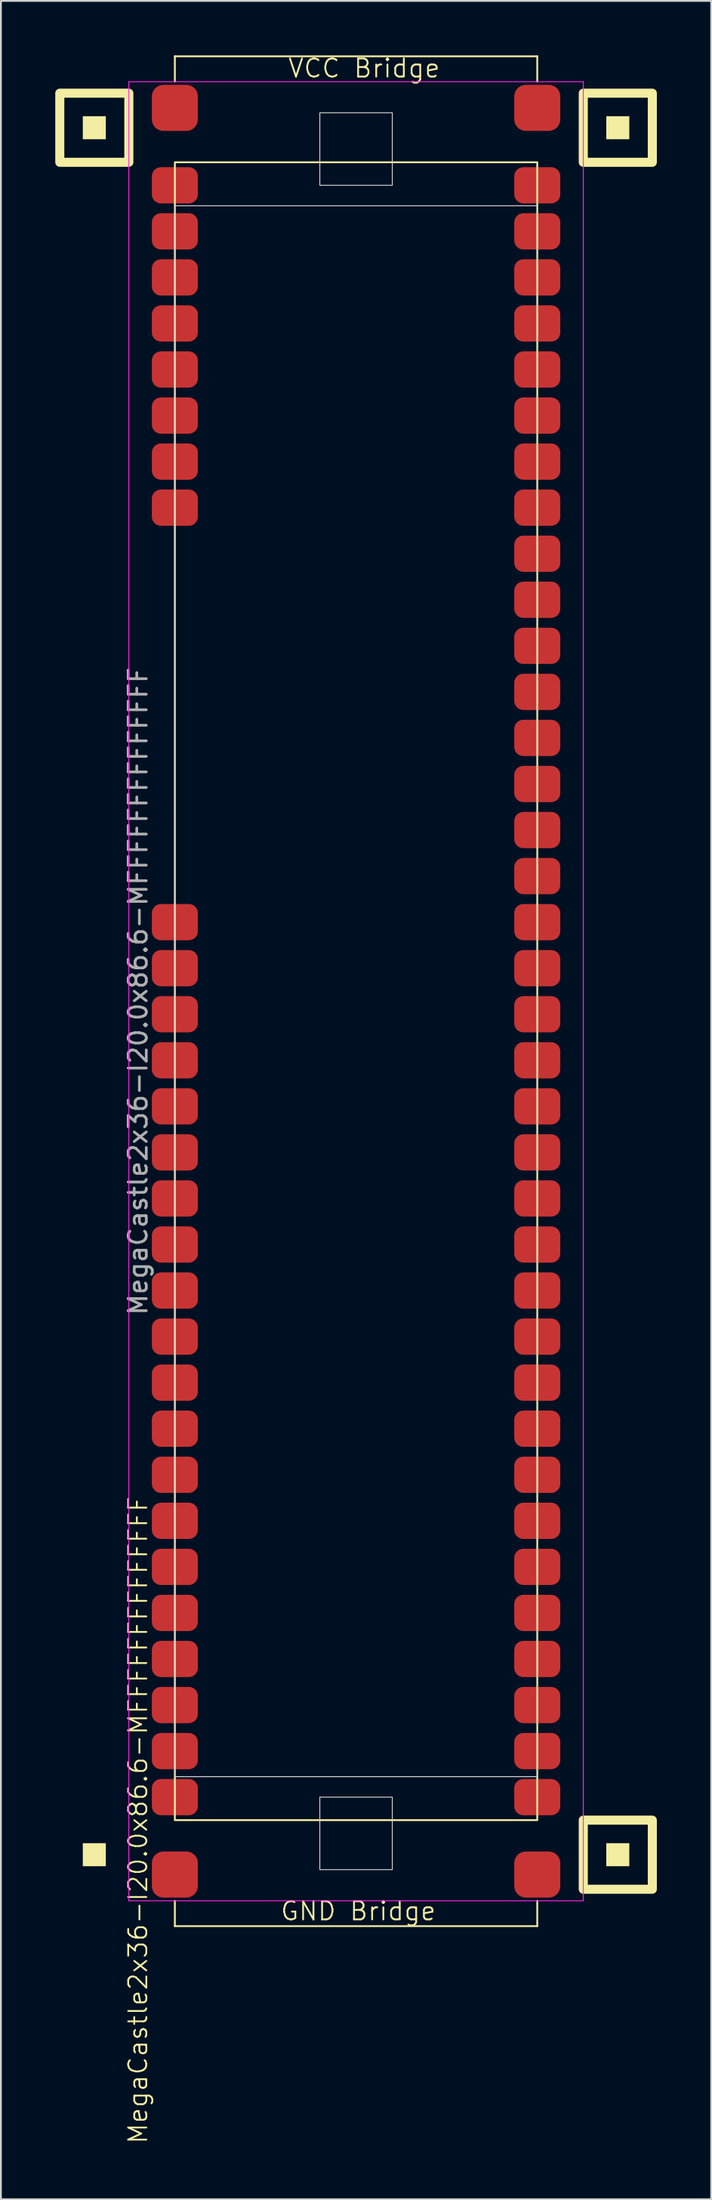
<source format=kicad_pcb>
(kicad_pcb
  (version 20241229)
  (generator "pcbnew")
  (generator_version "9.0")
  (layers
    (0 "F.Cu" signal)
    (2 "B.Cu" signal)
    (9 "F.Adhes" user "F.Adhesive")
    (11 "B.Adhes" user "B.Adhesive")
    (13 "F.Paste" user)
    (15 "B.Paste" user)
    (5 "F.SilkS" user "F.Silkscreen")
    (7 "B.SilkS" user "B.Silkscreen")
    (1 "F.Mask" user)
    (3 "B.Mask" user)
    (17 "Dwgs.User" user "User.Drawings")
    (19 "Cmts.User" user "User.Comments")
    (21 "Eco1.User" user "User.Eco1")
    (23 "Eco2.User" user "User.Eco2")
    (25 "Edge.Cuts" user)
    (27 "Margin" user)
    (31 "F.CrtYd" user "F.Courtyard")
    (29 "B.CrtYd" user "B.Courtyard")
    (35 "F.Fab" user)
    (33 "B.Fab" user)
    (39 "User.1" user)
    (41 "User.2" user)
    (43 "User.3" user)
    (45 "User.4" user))
  (footprint "MegaCastle2x36-I20.0x86.6-MFFFFFFFFFFFFFF"
    (layer "F.Cu")
    (at 16.6 51.62)
    (property "Reference" "MegaCastle2x36-I20.0x86.6-MFFFFFFFFFFFFFF" (at -12.032 45.72 90) (unlocked yes) (layer "F.SilkS") (effects (font (size 1 1) (thickness 0.1))))
    (attr smd)
    (fp_line (start -10 -51.565) (end 10 -51.565) (stroke (width 0.1) (type default)) (layer "F.SilkS"))
    (fp_line (start -10 -50.165) (end -10 -51.565) (stroke (width 0.1) (type default)) (layer "F.SilkS"))
    (fp_line (start -10 50.165) (end -10 51.565) (stroke (width 0.1) (type default)) (layer "F.SilkS"))
    (fp_line (start -10 51.565) (end 10 51.565) (stroke (width 0.1) (type default)) (layer "F.SilkS"))
    (fp_line (start 10 -50.165) (end 10 -51.565) (stroke (width 0.1) (type default)) (layer "F.SilkS"))
    (fp_line (start 10 50.165) (end 10 51.565) (stroke (width 0.1) (type default)) (layer "F.SilkS"))
    (fp_rect (start -13.81 -46.99) (end -15.08 -48.26) (stroke (width 0) (type solid)) (fill yes) (layer "F.SilkS"))
    (fp_rect (start -13.81 48.26) (end -15.08 46.99) (stroke (width 0) (type solid)) (fill yes) (layer "F.SilkS"))
    (fp_rect (start -12.54 -45.72) (end -16.35 -49.53) (stroke (width 0.5) (type default)) (fill no) (layer "F.SilkS"))
    (fp_rect (start -10 -45.72) (end 10 45.72) (stroke (width 0.1) (type default)) (fill no) (layer "F.SilkS"))
    (fp_rect (start 15.08 -46.99) (end 13.81 -48.26) (stroke (width 0) (type solid)) (fill yes) (layer "F.SilkS"))
    (fp_rect (start 15.08 48.26) (end 13.81 46.99) (stroke (width 0) (type solid)) (fill yes) (layer "F.SilkS"))
    (fp_rect (start 16.35 -45.72) (end 12.54 -49.53) (stroke (width 0.5) (type default)) (fill no) (layer "F.SilkS"))
    (fp_rect (start 16.35 49.53) (end 12.54 45.72) (stroke (width 0.5) (type default)) (fill no) (layer "F.SilkS"))
    (fp_rect (start -10 -43.32) (end 10 43.32) (stroke (width 0.05) (type default)) (fill no) (layer "Edge.Cuts"))
    (fp_rect (start -2 -44.45) (end 2 -48.45) (stroke (width 0.05) (type default)) (fill no) (layer "Edge.Cuts"))
    (fp_rect (start -2 44.45) (end 2 48.45) (stroke (width 0.05) (type default)) (fill no) (layer "Edge.Cuts"))
    (fp_line (start -12.54 -50.165) (end -12.54 50.165) (stroke (width 0.05) (type default)) (layer "F.CrtYd"))
    (fp_line (start -12.54 50.165) (end 12.54 50.165) (stroke (width 0.05) (type default)) (layer "F.CrtYd"))
    (fp_line (start 12.54 -50.165) (end -12.54 -50.165) (stroke (width 0.05) (type default)) (layer "F.CrtYd"))
    (fp_line (start 12.54 -50.165) (end 12.54 50.165) (stroke (width 0.05) (type default)) (layer "F.CrtYd"))
    (fp_text user "GND Bridge" (at -4.226 51.32 0) (unlocked yes) (layer "F.SilkS") (effects (font (size 1 1) (thickness 0.1)) (justify left bottom)))
    (fp_text user "VCC Bridge" (at -3.81 -50.32 0) (unlocked yes) (layer "F.SilkS") (effects (font (size 1 1) (thickness 0.1)) (justify left bottom)))
    (fp_text user "${REFERENCE}" (at -12.032 0 90) (unlocked yes) (layer "F.Fab") (effects (font (size 1 1) (thickness 0.15))))
    (pad "1" smd roundrect (at -10 -44.45) (size 2.54 2) (layers "F.Cu" "F.Mask" "F.Paste") (roundrect_rratio 0.25))
    (pad "2" smd roundrect (at -10 -41.91) (size 2.54 2) (layers "F.Cu" "F.Mask" "F.Paste") (roundrect_rratio 0.25))
    (pad "3" smd roundrect (at -10 -39.37) (size 2.54 2) (layers "F.Cu" "F.Mask" "F.Paste") (roundrect_rratio 0.25))
    (pad "4" smd roundrect (at -10 -36.83) (size 2.54 2) (layers "F.Cu" "F.Mask" "F.Paste") (roundrect_rratio 0.25))
    (pad "5" smd roundrect (at -10 -34.29) (size 2.54 2) (layers "F.Cu" "F.Mask" "F.Paste") (roundrect_rratio 0.25))
    (pad "6" smd roundrect (at -10 -31.75) (size 2.54 2) (layers "F.Cu" "F.Mask" "F.Paste") (roundrect_rratio 0.25))
    (pad "7" smd roundrect (at -10 -29.21) (size 2.54 2) (layers "F.Cu" "F.Mask" "F.Paste") (roundrect_rratio 0.25))
    (pad "8" smd roundrect (at -10 -26.67) (size 2.54 2) (layers "F.Cu" "F.Mask" "F.Paste") (roundrect_rratio 0.25))
    (pad "17" smd roundrect (at -10 -3.81) (size 2.54 2) (layers "F.Cu" "F.Mask" "F.Paste") (roundrect_rratio 0.25))
    (pad "18" smd roundrect (at -10 -1.27) (size 2.54 2) (layers "F.Cu" "F.Mask" "F.Paste") (roundrect_rratio 0.25))
    (pad "19" smd roundrect (at -10 1.27) (size 2.54 2) (layers "F.Cu" "F.Mask" "F.Paste") (roundrect_rratio 0.25))
    (pad "20" smd roundrect (at -10 3.81) (size 2.54 2) (layers "F.Cu" "F.Mask" "F.Paste") (roundrect_rratio 0.25))
    (pad "21" smd roundrect (at -10 6.35) (size 2.54 2) (layers "F.Cu" "F.Mask" "F.Paste") (roundrect_rratio 0.25))
    (pad "22" smd roundrect (at -10 8.89) (size 2.54 2) (layers "F.Cu" "F.Mask" "F.Paste") (roundrect_rratio 0.25))
    (pad "23" smd roundrect (at -10 11.43) (size 2.54 2) (layers "F.Cu" "F.Mask" "F.Paste") (roundrect_rratio 0.25))
    (pad "24" smd roundrect (at -10 13.97) (size 2.54 2) (layers "F.Cu" "F.Mask" "F.Paste") (roundrect_rratio 0.25))
    (pad "25" smd roundrect (at -10 16.51) (size 2.54 2) (layers "F.Cu" "F.Mask" "F.Paste") (roundrect_rratio 0.25))
    (pad "26" smd roundrect (at -10 19.05) (size 2.54 2) (layers "F.Cu" "F.Mask" "F.Paste") (roundrect_rratio 0.25))
    (pad "27" smd roundrect (at -10 21.59) (size 2.54 2) (layers "F.Cu" "F.Mask" "F.Paste") (roundrect_rratio 0.25))
    (pad "28" smd roundrect (at -10 24.13) (size 2.54 2) (layers "F.Cu" "F.Mask" "F.Paste") (roundrect_rratio 0.25))
    (pad "29" smd roundrect (at -10 26.67) (size 2.54 2) (layers "F.Cu" "F.Mask" "F.Paste") (roundrect_rratio 0.25))
    (pad "30" smd roundrect (at -10 29.21) (size 2.54 2) (layers "F.Cu" "F.Mask" "F.Paste") (roundrect_rratio 0.25))
    (pad "31" smd roundrect (at -10 31.75) (size 2.54 2) (layers "F.Cu" "F.Mask" "F.Paste") (roundrect_rratio 0.25))
    (pad "32" smd roundrect (at -10 34.29) (size 2.54 2) (layers "F.Cu" "F.Mask" "F.Paste") (roundrect_rratio 0.25))
    (pad "33" smd roundrect (at -10 36.83) (size 2.54 2) (layers "F.Cu" "F.Mask" "F.Paste") (roundrect_rratio 0.25))
    (pad "34" smd roundrect (at -10 39.37) (size 2.54 2) (layers "F.Cu" "F.Mask" "F.Paste") (roundrect_rratio 0.25))
    (pad "35" smd roundrect (at -10 41.91) (size 2.54 2) (layers "F.Cu" "F.Mask" "F.Paste") (roundrect_rratio 0.25))
    (pad "36" smd roundrect (at -10 44.45) (size 2.54 2) (layers "F.Cu" "F.Mask" "F.Paste") (roundrect_rratio 0.25))
    (pad "37" smd roundrect (at 10 -44.45) (size 2.54 2) (layers "F.Cu" "F.Mask" "F.Paste") (roundrect_rratio 0.25))
    (pad "38" smd roundrect (at 10 -41.91) (size 2.54 2) (layers "F.Cu" "F.Mask" "F.Paste") (roundrect_rratio 0.25))
    (pad "39" smd roundrect (at 10 -39.37) (size 2.54 2) (layers "F.Cu" "F.Mask" "F.Paste") (roundrect_rratio 0.25))
    (pad "40" smd roundrect (at 10 -36.83) (size 2.54 2) (layers "F.Cu" "F.Mask" "F.Paste") (roundrect_rratio 0.25))
    (pad "41" smd roundrect (at 10 -34.29) (size 2.54 2) (layers "F.Cu" "F.Mask" "F.Paste") (roundrect_rratio 0.25))
    (pad "42" smd roundrect (at 10 -31.75) (size 2.54 2) (layers "F.Cu" "F.Mask" "F.Paste") (roundrect_rratio 0.25))
    (pad "43" smd roundrect (at 10 -29.21) (size 2.54 2) (layers "F.Cu" "F.Mask" "F.Paste") (roundrect_rratio 0.25))
    (pad "44" smd roundrect (at 10 -26.67) (size 2.54 2) (layers "F.Cu" "F.Mask" "F.Paste") (roundrect_rratio 0.25))
    (pad "45" smd roundrect (at 10 -24.13) (size 2.54 2) (layers "F.Cu" "F.Mask" "F.Paste") (roundrect_rratio 0.25))
    (pad "46" smd roundrect (at 10 -21.59) (size 2.54 2) (layers "F.Cu" "F.Mask" "F.Paste") (roundrect_rratio 0.25))
    (pad "47" smd roundrect (at 10 -19.05) (size 2.54 2) (layers "F.Cu" "F.Mask" "F.Paste") (roundrect_rratio 0.25))
    (pad "48" smd roundrect (at 10 -16.51) (size 2.54 2) (layers "F.Cu" "F.Mask" "F.Paste") (roundrect_rratio 0.25))
    (pad "49" smd roundrect (at 10 -13.97) (size 2.54 2) (layers "F.Cu" "F.Mask" "F.Paste") (roundrect_rratio 0.25))
    (pad "50" smd roundrect (at 10 -11.43) (size 2.54 2) (layers "F.Cu" "F.Mask" "F.Paste") (roundrect_rratio 0.25))
    (pad "51" smd roundrect (at 10 -8.89) (size 2.54 2) (layers "F.Cu" "F.Mask" "F.Paste") (roundrect_rratio 0.25))
    (pad "52" smd roundrect (at 10 -6.35) (size 2.54 2) (layers "F.Cu" "F.Mask" "F.Paste") (roundrect_rratio 0.25))
    (pad "53" smd roundrect (at 10 -3.81) (size 2.54 2) (layers "F.Cu" "F.Mask" "F.Paste") (roundrect_rratio 0.25))
    (pad "54" smd roundrect (at 10 -1.27) (size 2.54 2) (layers "F.Cu" "F.Mask" "F.Paste") (roundrect_rratio 0.25))
    (pad "55" smd roundrect (at 10 1.27) (size 2.54 2) (layers "F.Cu" "F.Mask" "F.Paste") (roundrect_rratio 0.25))
    (pad "56" smd roundrect (at 10 3.81) (size 2.54 2) (layers "F.Cu" "F.Mask" "F.Paste") (roundrect_rratio 0.25))
    (pad "57" smd roundrect (at 10 6.35) (size 2.54 2) (layers "F.Cu" "F.Mask" "F.Paste") (roundrect_rratio 0.25))
    (pad "58" smd roundrect (at 10 8.89) (size 2.54 2) (layers "F.Cu" "F.Mask" "F.Paste") (roundrect_rratio 0.25))
    (pad "59" smd roundrect (at 10 11.43) (size 2.54 2) (layers "F.Cu" "F.Mask" "F.Paste") (roundrect_rratio 0.25))
    (pad "60" smd roundrect (at 10 13.97) (size 2.54 2) (layers "F.Cu" "F.Mask" "F.Paste") (roundrect_rratio 0.25))
    (pad "61" smd roundrect (at 10 16.51) (size 2.54 2) (layers "F.Cu" "F.Mask" "F.Paste") (roundrect_rratio 0.25))
    (pad "62" smd roundrect (at 10 19.05) (size 2.54 2) (layers "F.Cu" "F.Mask" "F.Paste") (roundrect_rratio 0.25))
    (pad "63" smd roundrect (at 10 21.59) (size 2.54 2) (layers "F.Cu" "F.Mask" "F.Paste") (roundrect_rratio 0.25))
    (pad "64" smd roundrect (at 10 24.13) (size 2.54 2) (layers "F.Cu" "F.Mask" "F.Paste") (roundrect_rratio 0.25))
    (pad "65" smd roundrect (at 10 26.67) (size 2.54 2) (layers "F.Cu" "F.Mask" "F.Paste") (roundrect_rratio 0.25))
    (pad "66" smd roundrect (at 10 29.21) (size 2.54 2) (layers "F.Cu" "F.Mask" "F.Paste") (roundrect_rratio 0.25))
    (pad "67" smd roundrect (at 10 31.75) (size 2.54 2) (layers "F.Cu" "F.Mask" "F.Paste") (roundrect_rratio 0.25))
    (pad "68" smd roundrect (at 10 34.29) (size 2.54 2) (layers "F.Cu" "F.Mask" "F.Paste") (roundrect_rratio 0.25))
    (pad "69" smd roundrect (at 10 36.83) (size 2.54 2) (layers "F.Cu" "F.Mask" "F.Paste") (roundrect_rratio 0.25))
    (pad "70" smd roundrect (at 10 39.37) (size 2.54 2) (layers "F.Cu" "F.Mask" "F.Paste") (roundrect_rratio 0.25))
    (pad "71" smd roundrect (at 10 41.91) (size 2.54 2) (layers "F.Cu" "F.Mask" "F.Paste") (roundrect_rratio 0.25))
    (pad "72" smd roundrect (at 10 44.45) (size 2.54 2) (layers "F.Cu" "F.Mask" "F.Paste") (roundrect_rratio 0.25))
    (pad "A1" smd roundrect (at -10 -48.72) (size 2.54 2.54) (layers "F.Cu" "F.Mask" "F.Paste") (roundrect_rratio 0.25))
    (pad "A2" smd roundrect (at 10 -48.72) (size 2.54 2.54) (layers "F.Cu" "F.Mask" "F.Paste") (roundrect_rratio 0.25))
    (pad "B1" smd roundrect (at -10 48.72) (size 2.54 2.54) (layers "F.Cu" "F.Mask" "F.Paste") (roundrect_rratio 0.25))
    (pad "B2" smd roundrect (at 10 48.72) (size 2.54 2.54) (layers "F.Cu" "F.Mask" "F.Paste") (roundrect_rratio 0.25)))
  (gr_rect
    (start -3 -3)
    (end 36.2 118.247)
    (stroke (width 0.1) (type default))
    (fill no)
    (layer "Edge.Cuts")))
</source>
